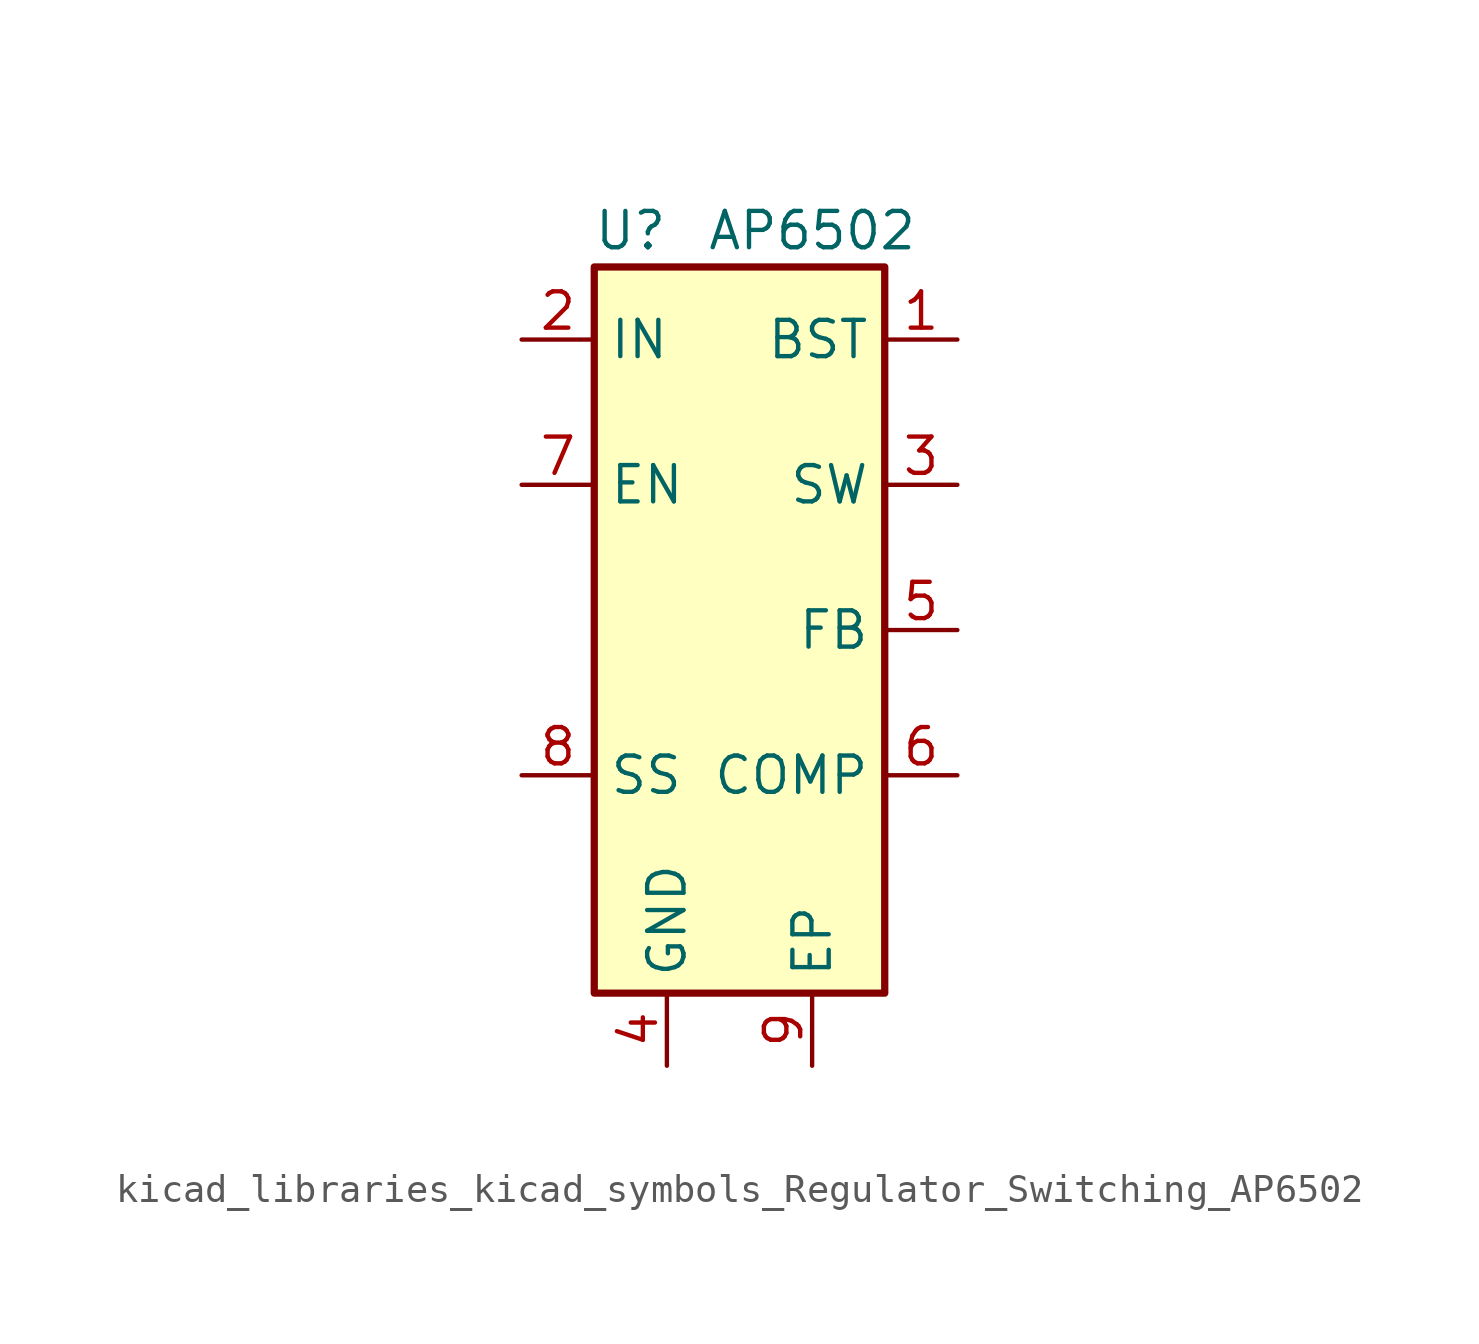
<source format=kicad_sym>
(kicad_symbol_lib
  (version 20220914)
  (generator kicad_symbol_editor)
  (symbol "kicad_libraries_kicad_symbols_Regulator_Switching_AP6502"
    (property "Reference" "U"
      (at -3.81 13.97 0)
      (effects (font (size 1.27 1.27))))
    (property "Value" "AP6502"
      (at 2.54 13.97 0)
      (effects (font (size 1.27 1.27))))
    (symbol "kicad_libraries_kicad_symbols_Regulator_Switching_AP6502_0_1"
      (rectangle (start -5.08 12.7) (end 5.08 -12.7) (stroke (width 0.254) (type default)) (fill (type background))))
    (symbol "kicad_libraries_kicad_symbols_Regulator_Switching_AP6502_1_1"
      (pin output line (at 7.62 10.16 180) (length 2.54) (name "BST" (effects (font (size 1.27 1.27)))) (number "1" (effects (font (size 1.27 1.27)))))
      (pin power_in line (at -7.62 10.16 0) (length 2.54) (name "IN" (effects (font (size 1.27 1.27)))) (number "2" (effects (font (size 1.27 1.27)))))
      (pin power_out line (at 7.62 5.08 180) (length 2.54) (name "SW" (effects (font (size 1.27 1.27)))) (number "3" (effects (font (size 1.27 1.27)))))
      (pin power_in line (at -2.54 -15.24 90) (length 2.54) (name "GND" (effects (font (size 1.27 1.27)))) (number "4" (effects (font (size 1.27 1.27)))))
      (pin input line (at 7.62 0 180) (length 2.54) (name "FB" (effects (font (size 1.27 1.27)))) (number "5" (effects (font (size 1.27 1.27)))))
      (pin output line (at 7.62 -5.08 180) (length 2.54) (name "COMP" (effects (font (size 1.27 1.27)))) (number "6" (effects (font (size 1.27 1.27)))))
      (pin input line (at -7.62 5.08 0) (length 2.54) (name "EN" (effects (font (size 1.27 1.27)))) (number "7" (effects (font (size 1.27 1.27)))))
      (pin tri_state line (at -7.62 -5.08 0) (length 2.54) (name "SS" (effects (font (size 1.27 1.27)))) (number "8" (effects (font (size 1.27 1.27)))))
      (pin power_in line (at 2.54 -15.24 90) (length 2.54) (name "EP" (effects (font (size 1.27 1.27)))) (number "9" (effects (font (size 1.27 1.27))))))))
</source>
